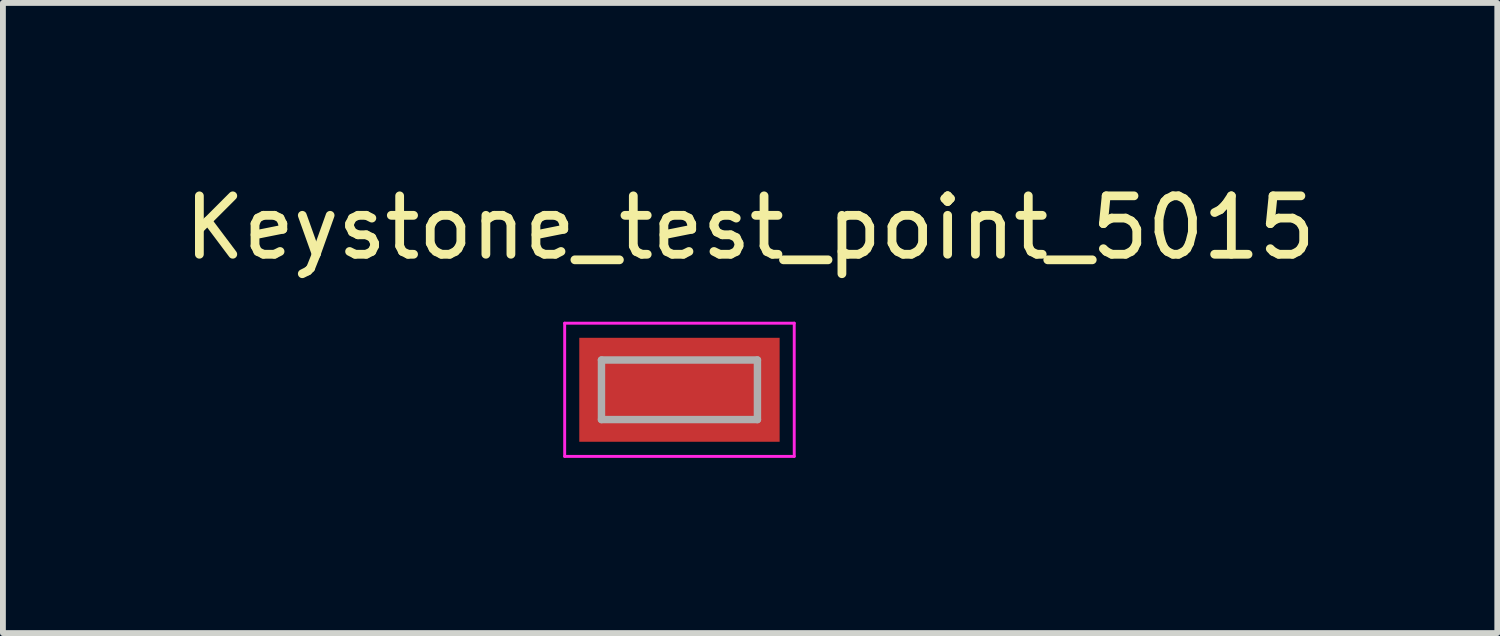
<source format=kicad_pcb>
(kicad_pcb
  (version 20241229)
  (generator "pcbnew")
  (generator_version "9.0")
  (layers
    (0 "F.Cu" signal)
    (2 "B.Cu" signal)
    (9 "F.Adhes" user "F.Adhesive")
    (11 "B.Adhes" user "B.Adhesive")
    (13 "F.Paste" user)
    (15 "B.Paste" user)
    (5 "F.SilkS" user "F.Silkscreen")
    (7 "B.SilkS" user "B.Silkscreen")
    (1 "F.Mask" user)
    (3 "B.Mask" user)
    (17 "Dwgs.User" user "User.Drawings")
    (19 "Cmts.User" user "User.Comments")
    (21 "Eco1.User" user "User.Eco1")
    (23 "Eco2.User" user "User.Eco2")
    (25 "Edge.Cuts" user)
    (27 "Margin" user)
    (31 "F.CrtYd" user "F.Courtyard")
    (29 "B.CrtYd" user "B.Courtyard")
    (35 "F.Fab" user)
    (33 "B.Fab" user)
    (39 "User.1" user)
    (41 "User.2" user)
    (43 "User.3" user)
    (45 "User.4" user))
  (footprint "Keystone_test_point_5015"
    (layer "F.Cu")
    (at 8.582 3.623)
    (property "Reference" "Keystone_test_point_5015" (at 1.21 -2.775 0) (layer "F.SilkS") (effects (font (size 1 1) (thickness 0.15))))
    (attr smd)
    (fp_line (start -1.965 -1.14) (end -1.965 1.14) (stroke (width 0.05) (type solid)) (layer "F.CrtYd"))
    (fp_line (start -1.965 1.14) (end 1.965 1.14) (stroke (width 0.05) (type solid)) (layer "F.CrtYd"))
    (fp_line (start 1.965 -1.14) (end -1.965 -1.14) (stroke (width 0.05) (type solid)) (layer "F.CrtYd"))
    (fp_line (start 1.965 1.14) (end 1.965 -1.14) (stroke (width 0.05) (type solid)) (layer "F.CrtYd"))
    (fp_line (start -1.335 -0.51) (end 1.335 -0.51) (stroke (width 0.127) (type solid)) (layer "F.Fab"))
    (fp_line (start -1.335 0.51) (end -1.335 -0.51) (stroke (width 0.127) (type solid)) (layer "F.Fab"))
    (fp_line (start 1.335 -0.51) (end 1.335 0.51) (stroke (width 0.127) (type solid)) (layer "F.Fab"))
    (fp_line (start 1.335 0.51) (end -1.335 0.51) (stroke (width 0.127) (type solid)) (layer "F.Fab"))
    (pad "TP" smd rect (at 0 0) (size 3.43 1.78) (layers "F.Cu" "F.Mask" "F.Paste")))
  (gr_rect
    (start -3 -3)
    (end 22.583 7.788)
    (stroke (width 0.1) (type default))
    (fill no)
    (layer "Edge.Cuts")))
</source>
